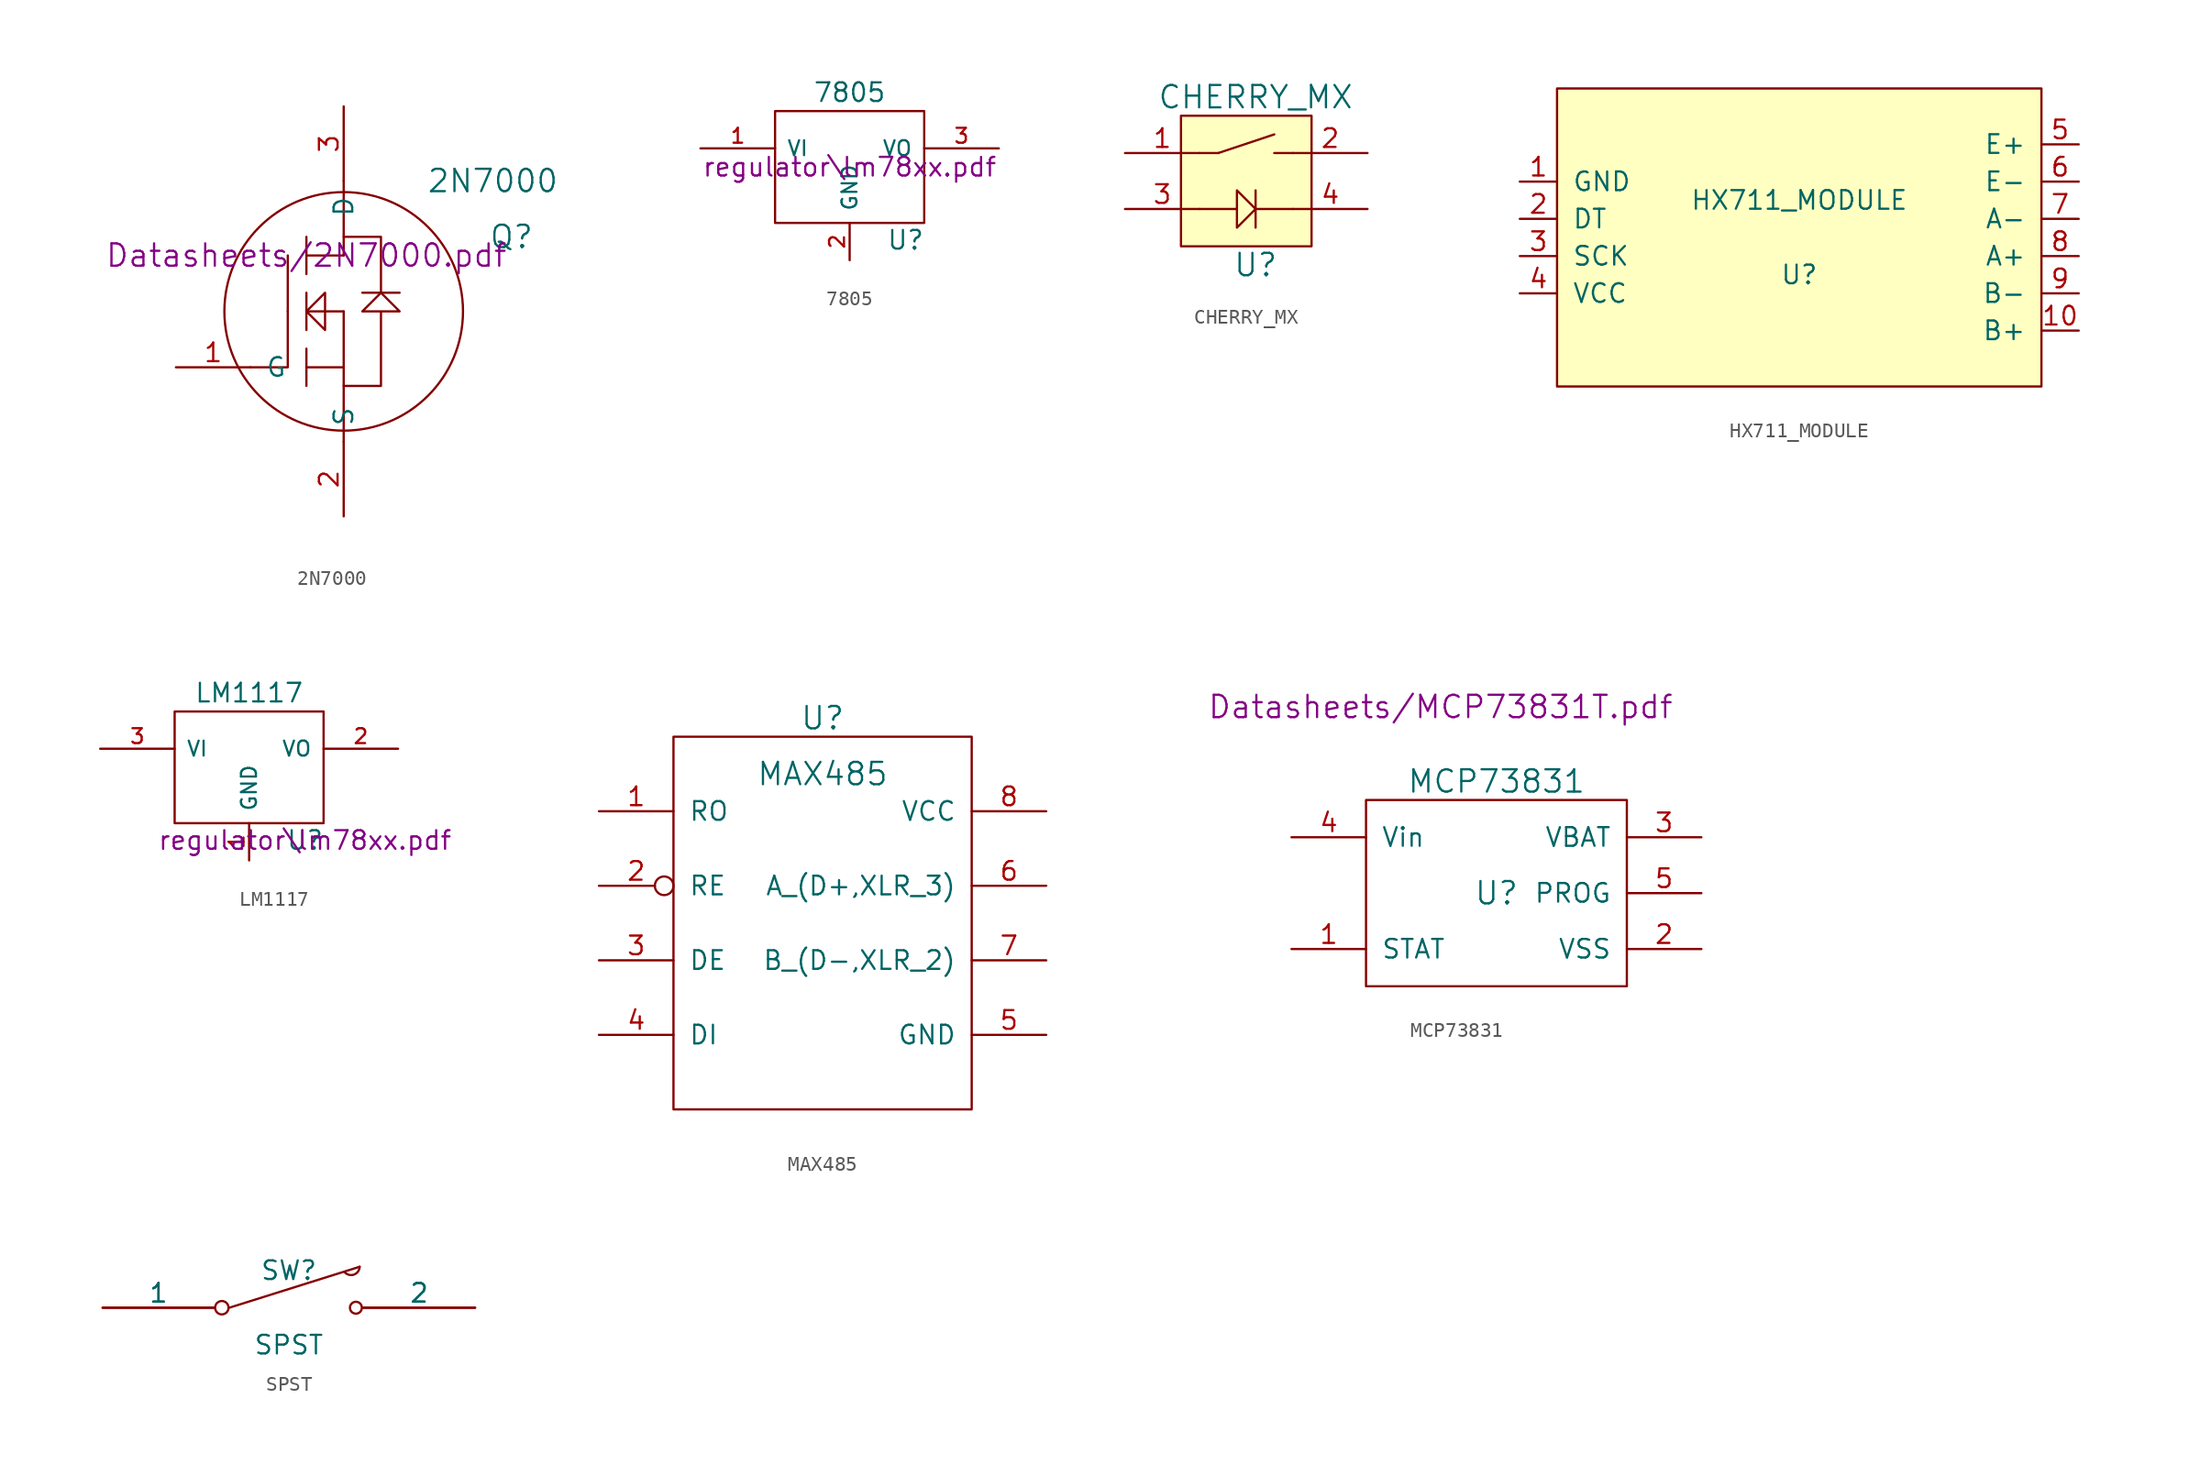
<source format=kicad_sym>
(kicad_symbol_lib
  (version 20220914)
  (generator kicad_symbol_editor)
  (symbol "2N7000"
    (pin_names
      (offset 1.016))
    (property "Reference" "Q"
      (at 13.97 8.89 0)
      (effects (font (size 1.524 1.524))))
    (property "Value" "2N7000"
      (at 12.7 12.7 0)
      (effects (font (size 1.524 1.524))))
    (property "Footprint" ""
      (at 0 7.62 0)
      (effects (font (size 1.524 1.524))))
    (property "Datasheet" "Datasheets/2N7000.pdf"
      (at 0 7.62 0)
      (effects (font (size 1.524 1.524))))
    (symbol "2N7000_0_1"
      (polyline (pts (xy -1.27 3.81) (xy -1.27 7.62)) (stroke (width 0) (type solid)) (fill (type none)))
      (polyline (pts (xy 0 -1.27) (xy 0 0)) (stroke (width 0) (type solid)) (fill (type none)))
      (polyline (pts (xy 0 0) (xy 2.54 0)) (stroke (width 0) (type solid)) (fill (type none)))
      (polyline (pts (xy 0 1.27) (xy 0 0)) (stroke (width 0) (type solid)) (fill (type none)))
      (polyline (pts (xy 0 2.54) (xy 0 5.08)) (stroke (width 0) (type solid)) (fill (type none)))
      (polyline (pts (xy 0 6.35) (xy 0 8.89)) (stroke (width 0) (type solid)) (fill (type none)))
      (polyline (pts (xy 0 7.62) (xy 2.54 7.62)) (stroke (width 0) (type solid)) (fill (type none)))
      (polyline (pts (xy 2.54 3.81) (xy 2.54 3.81)) (stroke (width 0) (type solid)) (fill (type none)))
      (polyline (pts (xy 2.54 7.62) (xy 2.54 12.7)) (stroke (width 0) (type solid)) (fill (type none)))
      (polyline (pts (xy 3.81 5.08) (xy 6.35 5.08)) (stroke (width 0) (type solid)) (fill (type none)))
      (polyline (pts (xy -3.81 0) (xy -1.27 0) (xy -1.27 3.81)) (stroke (width 0) (type solid)) (fill (type none)))
      (polyline (pts (xy 0 3.81) (xy 2.54 3.81) (xy 2.54 -5.08)) (stroke (width 0) (type solid)) (fill (type none)))
      (polyline (pts (xy 5.08 5.08) (xy 5.08 8.89) (xy 2.54 8.89)) (stroke (width 0) (type solid)) (fill (type none)))
      (polyline (pts (xy 0 3.81) (xy 1.27 5.08) (xy 1.27 2.54) (xy 0 3.81)) (stroke (width 0) (type solid)) (fill (type none)))
      (polyline (pts (xy 2.54 -1.27) (xy 5.08 -1.27) (xy 5.08 3.81) (xy 3.81 3.81) (xy 5.08 5.08) (xy 6.35 3.81) (xy 5.08 3.81)) (stroke (width 0) (type solid)) (fill (type none)))
      (circle (center 2.54 3.81) (radius 8.128) (stroke (width 0) (type solid)) (fill (type none))))
    (symbol "2N7000_1_1"
      (pin input line (at -8.89 0 0) (length 5.08) (name "G" (effects (font (size 1.27 1.27)))) (number "1" (effects (font (size 1.27 1.27)))))
      (pin input line (at 2.54 -10.16 90) (length 5.08) (name "S" (effects (font (size 1.27 1.27)))) (number "2" (effects (font (size 1.27 1.27)))))
      (pin input line (at 2.54 17.78 270) (length 5.08) (name "D" (effects (font (size 1.27 1.27)))) (number "3" (effects (font (size 1.27 1.27)))))))
  (symbol "7805"
    (pin_names
      (offset 0.762))
    (property "Reference" "U"
      (at 3.81 -4.978 0)
      (effects (font (size 1.27 1.27))))
    (property "Value" "7805"
      (at 0 5.08 0)
      (effects (font (size 1.27 1.27))))
    (property "Footprint" ""
      (at 0 0 0)
      (effects (font (size 1.27 1.27))))
    (property "Datasheet" "regulator\\lm78xx.pdf"
      (at 0 0 0)
      (effects (font (size 1.27 1.27))))
    (symbol "7805_0_1"
      (rectangle (start -5.08 -3.81) (end 5.08 3.81) (stroke (width 0) (type solid)) (fill (type none))))
    (symbol "7805_1_1"
      (pin input line (at -10.16 1.27 0) (length 5.08) (name "VI" (effects (font (size 1.016 1.016)))) (number "1" (effects (font (size 1.016 1.016)))))
      (pin input line (at 0 -6.35 90) (length 2.54) (name "GND" (effects (font (size 1.016 1.016)))) (number "2" (effects (font (size 1.016 1.016)))))
      (pin power_out line (at 10.16 1.27 180) (length 5.08) (name "VO" (effects (font (size 1.016 1.016)))) (number "3" (effects (font (size 1.016 1.016)))))))
  (symbol "CHERRY_MX"
    (pin_names
      (offset 1.016) hide)
    (property "Reference" "U"
      (at 0 -7.62 0)
      (effects (font (size 1.524 1.524))))
    (property "Value" "CHERRY_MX"
      (at 0 3.81 0)
      (effects (font (size 1.524 1.524))))
    (property "Footprint" ""
      (at 0 0 0)
      (effects (font (size 1.524 1.524))))
    (property "Datasheet" ""
      (at 0 0 0)
      (effects (font (size 1.524 1.524))))
    (symbol "CHERRY_MX_0_1"
      (polyline (pts (xy -3.81 -3.81) (xy -1.27 -3.81)) (stroke (width 0) (type solid)) (fill (type none)))
      (polyline (pts (xy -3.81 0) (xy -2.54 0)) (stroke (width 0) (type solid)) (fill (type none)))
      (polyline (pts (xy -2.54 0) (xy 1.27 1.27)) (stroke (width 0) (type solid)) (fill (type none)))
      (polyline (pts (xy 0 -3.81) (xy 2.54 -3.81)) (stroke (width 0) (type solid)) (fill (type none)))
      (polyline (pts (xy 0 -2.54) (xy 0 -5.08)) (stroke (width 0) (type solid)) (fill (type none)))
      (polyline (pts (xy 1.27 0) (xy 2.54 0)) (stroke (width 0) (type solid)) (fill (type none)))
      (polyline (pts (xy -1.27 -2.54) (xy -1.27 -5.08) (xy 0 -3.81) (xy -1.27 -2.54)) (stroke (width 0) (type solid)) (fill (type none)))
      (polyline (pts (xy -5.08 2.54) (xy -5.08 -6.35) (xy 3.81 -6.35) (xy 3.81 2.54) (xy -5.08 2.54)) (stroke (width 0) (type solid)) (fill (type background))))
    (symbol "CHERRY_MX_1_1"
      (pin input line (at -8.89 0 0) (length 5.08) (name "~" (effects (font (size 1.27 1.27)))) (number "1" (effects (font (size 1.27 1.27)))))
      (pin input line (at 7.62 0 180) (length 5.08) (name "~" (effects (font (size 1.27 1.27)))) (number "2" (effects (font (size 1.27 1.27)))))
      (pin input line (at -8.89 -3.81 0) (length 5.08) (name "~" (effects (font (size 1.27 1.27)))) (number "3" (effects (font (size 1.27 1.27)))))
      (pin input line (at 7.62 -3.81 180) (length 5.08) (name "~" (effects (font (size 1.27 1.27)))) (number "4" (effects (font (size 1.27 1.27)))))))
  (symbol "HX711_MODULE"
    (pin_names
      (offset 1.016))
    (property "Reference" "U"
      (at 0 -2.54 0)
      (effects (font (size 1.27 1.27))))
    (property "Value" "HX711_MODULE"
      (at 0 2.54 0)
      (effects (font (size 1.27 1.27))))
    (symbol "HX711_MODULE_0_1"
      (rectangle (start -16.51 -10.16) (end 16.51 10.16) (stroke (width 0) (type solid)) (fill (type background))))
    (symbol "HX711_MODULE_1_1"
      (pin input line (at -19.05 3.81 0) (length 2.54) (name "GND" (effects (font (size 1.27 1.27)))) (number "1" (effects (font (size 1.27 1.27)))))
      (pin input line (at 19.05 -6.35 180) (length 2.54) (name "B+" (effects (font (size 1.27 1.27)))) (number "10" (effects (font (size 1.27 1.27)))))
      (pin input line (at -19.05 1.27 0) (length 2.54) (name "DT" (effects (font (size 1.27 1.27)))) (number "2" (effects (font (size 1.27 1.27)))))
      (pin input line (at -19.05 -1.27 0) (length 2.54) (name "SCK" (effects (font (size 1.27 1.27)))) (number "3" (effects (font (size 1.27 1.27)))))
      (pin input line (at -19.05 -3.81 0) (length 2.54) (name "VCC" (effects (font (size 1.27 1.27)))) (number "4" (effects (font (size 1.27 1.27)))))
      (pin input line (at 19.05 6.35 180) (length 2.54) (name "E+" (effects (font (size 1.27 1.27)))) (number "5" (effects (font (size 1.27 1.27)))))
      (pin input line (at 19.05 3.81 180) (length 2.54) (name "E-" (effects (font (size 1.27 1.27)))) (number "6" (effects (font (size 1.27 1.27)))))
      (pin input line (at 19.05 1.27 180) (length 2.54) (name "A-" (effects (font (size 1.27 1.27)))) (number "7" (effects (font (size 1.27 1.27)))))
      (pin input line (at 19.05 -1.27 180) (length 2.54) (name "A+" (effects (font (size 1.27 1.27)))) (number "8" (effects (font (size 1.27 1.27)))))
      (pin input line (at 19.05 -3.81 180) (length 2.54) (name "B-" (effects (font (size 1.27 1.27)))) (number "9" (effects (font (size 1.27 1.27)))))))
  (symbol "LM1117"
    (pin_names
      (offset 0.762))
    (property "Reference" "U"
      (at 3.81 -4.978 0)
      (effects (font (size 1.27 1.27))))
    (property "Value" "LM1117"
      (at 0 5.08 0)
      (effects (font (size 1.27 1.27))))
    (property "Datasheet" "regulator\\lm78xx.pdf"
      (at 3.81 -4.978 0)
      (effects (font (size 1.27 1.27))))
    (symbol "LM1117_0_1"
      (rectangle (start -5.08 -3.81) (end 5.08 3.81) (stroke (width 0) (type solid)) (fill (type none))))
    (symbol "LM1117_1_1"
      (pin input line (at 0 -6.35 90) (length 2.54) (name "GND" (effects (font (size 1.016 1.016)))) (number "1" (effects (font (size 1.016 1.016)))))
      (pin power_out line (at 10.16 1.27 180) (length 5.08) (name "VO" (effects (font (size 1.016 1.016)))) (number "2" (effects (font (size 1.016 1.016)))))
      (pin input line (at -10.16 1.27 0) (length 5.08) (name "VI" (effects (font (size 1.016 1.016)))) (number "3" (effects (font (size 1.016 1.016)))))))
  (symbol "MAX485"
    (pin_names
      (offset 1.016))
    (property "Reference" "U"
      (at 0 13.97 0)
      (effects (font (size 1.524 1.524))))
    (property "Value" "MAX485"
      (at 0 10.16 0)
      (effects (font (size 1.524 1.524))))
    (property "Footprint" ""
      (at 0 10.16 0)
      (effects (font (size 1.524 1.524))))
    (property "Datasheet" ""
      (at 0 10.16 0)
      (effects (font (size 1.524 1.524))))
    (symbol "MAX485_0_1"
      (rectangle (start -10.16 12.7) (end 10.16 -12.7) (stroke (width 0) (type solid)) (fill (type none))))
    (symbol "MAX485_1_1"
      (pin input line (at -15.24 7.62 0) (length 5.08) (name "RO" (effects (font (size 1.27 1.27)))) (number "1" (effects (font (size 1.27 1.27)))))
      (pin input inverted (at -15.24 2.54 0) (length 5.08) (name "RE" (effects (font (size 1.27 1.27)))) (number "2" (effects (font (size 1.27 1.27)))))
      (pin input line (at -15.24 -2.54 0) (length 5.08) (name "DE" (effects (font (size 1.27 1.27)))) (number "3" (effects (font (size 1.27 1.27)))))
      (pin input line (at -15.24 -7.62 0) (length 5.08) (name "DI" (effects (font (size 1.27 1.27)))) (number "4" (effects (font (size 1.27 1.27)))))
      (pin input line (at 15.24 -7.62 180) (length 5.08) (name "GND" (effects (font (size 1.27 1.27)))) (number "5" (effects (font (size 1.27 1.27)))))
      (pin output line (at 15.24 2.54 180) (length 5.08) (name "A_(D+,XLR_3)" (effects (font (size 1.27 1.27)))) (number "6" (effects (font (size 1.27 1.27)))))
      (pin output line (at 15.24 -2.54 180) (length 5.08) (name "B_(D-,XLR_2)" (effects (font (size 1.27 1.27)))) (number "7" (effects (font (size 1.27 1.27)))))
      (pin input line (at 15.24 7.62 180) (length 5.08) (name "VCC" (effects (font (size 1.27 1.27)))) (number "8" (effects (font (size 1.27 1.27)))))))
  (symbol "MCP73831"
    (pin_names
      (offset 1.016))
    (property "Reference" "U"
      (at 0 0 0)
      (effects (font (size 1.524 1.524))))
    (property "Value" "MCP73831"
      (at 0 7.62 0)
      (effects (font (size 1.524 1.524))))
    (property "Footprint" ""
      (at -3.81 12.7 0)
      (effects (font (size 1.524 1.524))))
    (property "Datasheet" "Datasheets/MCP73831T.pdf"
      (at -3.81 12.7 0)
      (effects (font (size 1.524 1.524))))
    (symbol "MCP73831_0_1"
      (polyline (pts (xy -8.89 6.35) (xy -8.89 -6.35) (xy 8.89 -6.35) (xy 8.89 6.35) (xy -8.89 6.35)) (stroke (width 0) (type solid)) (fill (type none))))
    (symbol "MCP73831_1_1"
      (pin input line (at -13.97 -3.81 0) (length 5.08) (name "STAT" (effects (font (size 1.27 1.27)))) (number "1" (effects (font (size 1.27 1.27)))))
      (pin input line (at 13.97 -3.81 180) (length 5.08) (name "VSS" (effects (font (size 1.27 1.27)))) (number "2" (effects (font (size 1.27 1.27)))))
      (pin input line (at 13.97 3.81 180) (length 5.08) (name "VBAT" (effects (font (size 1.27 1.27)))) (number "3" (effects (font (size 1.27 1.27)))))
      (pin input line (at -13.97 3.81 0) (length 5.08) (name "Vin" (effects (font (size 1.27 1.27)))) (number "4" (effects (font (size 1.27 1.27)))))
      (pin input line (at 13.97 0 180) (length 5.08) (name "PROG" (effects (font (size 1.27 1.27)))) (number "5" (effects (font (size 1.27 1.27)))))))
  (symbol "SPST"
    (pin_numbers hide)
    (pin_names
      (offset 0))
    (property "Reference" "SW"
      (at -2.54 -6.35 0)
      (effects (font (size 1.27 1.27))))
    (property "Value" "SPST"
      (at -2.54 -11.43 0)
      (effects (font (size 1.27 1.27))))
    (property "Footprint" ""
      (at -2.54 -8.89 0)
      (effects (font (size 1.27 1.27))))
    (property "Datasheet" ""
      (at -2.54 -8.89 0)
      (effects (font (size 1.27 1.27))))
    (symbol "SPST_0_0"
      (circle (center -7.112 -8.89) (radius 0.457) (stroke (width 0) (type solid)) (fill (type none)))
      (polyline (pts (xy -6.604 -8.89) (xy 2.286 -6.096)) (stroke (width 0) (type solid)) (fill (type none)))
      (arc (start 1.27 -6.477) (mid 1.9084 -6.6264) (end 2.286 -6.096) (stroke (width 0) (type solid)) (fill (type none)))
      (circle (center 2.032 -8.89) (radius 0.406) (stroke (width 0) (type solid)) (fill (type none))))
    (symbol "SPST_1_1"
      (pin input line (at -15.24 -8.89 0) (length 7.62) (name "1" (effects (font (size 1.27 1.27)))) (number "1" (effects (font (size 1.27 1.27)))))
      (pin input line (at -15.24 -8.89 0) (length 7.62) (name "1" (effects (font (size 1.27 1.27)))) (number "1" (effects (font (size 1.27 1.27)))))
      (pin input line (at 10.16 -8.89 180) (length 7.62) (name "2" (effects (font (size 1.27 1.27)))) (number "2" (effects (font (size 1.27 1.27)))))
      (pin input line (at 10.16 -8.89 180) (length 7.62) (name "2" (effects (font (size 1.27 1.27)))) (number "2" (effects (font (size 1.27 1.27))))))))
</source>
